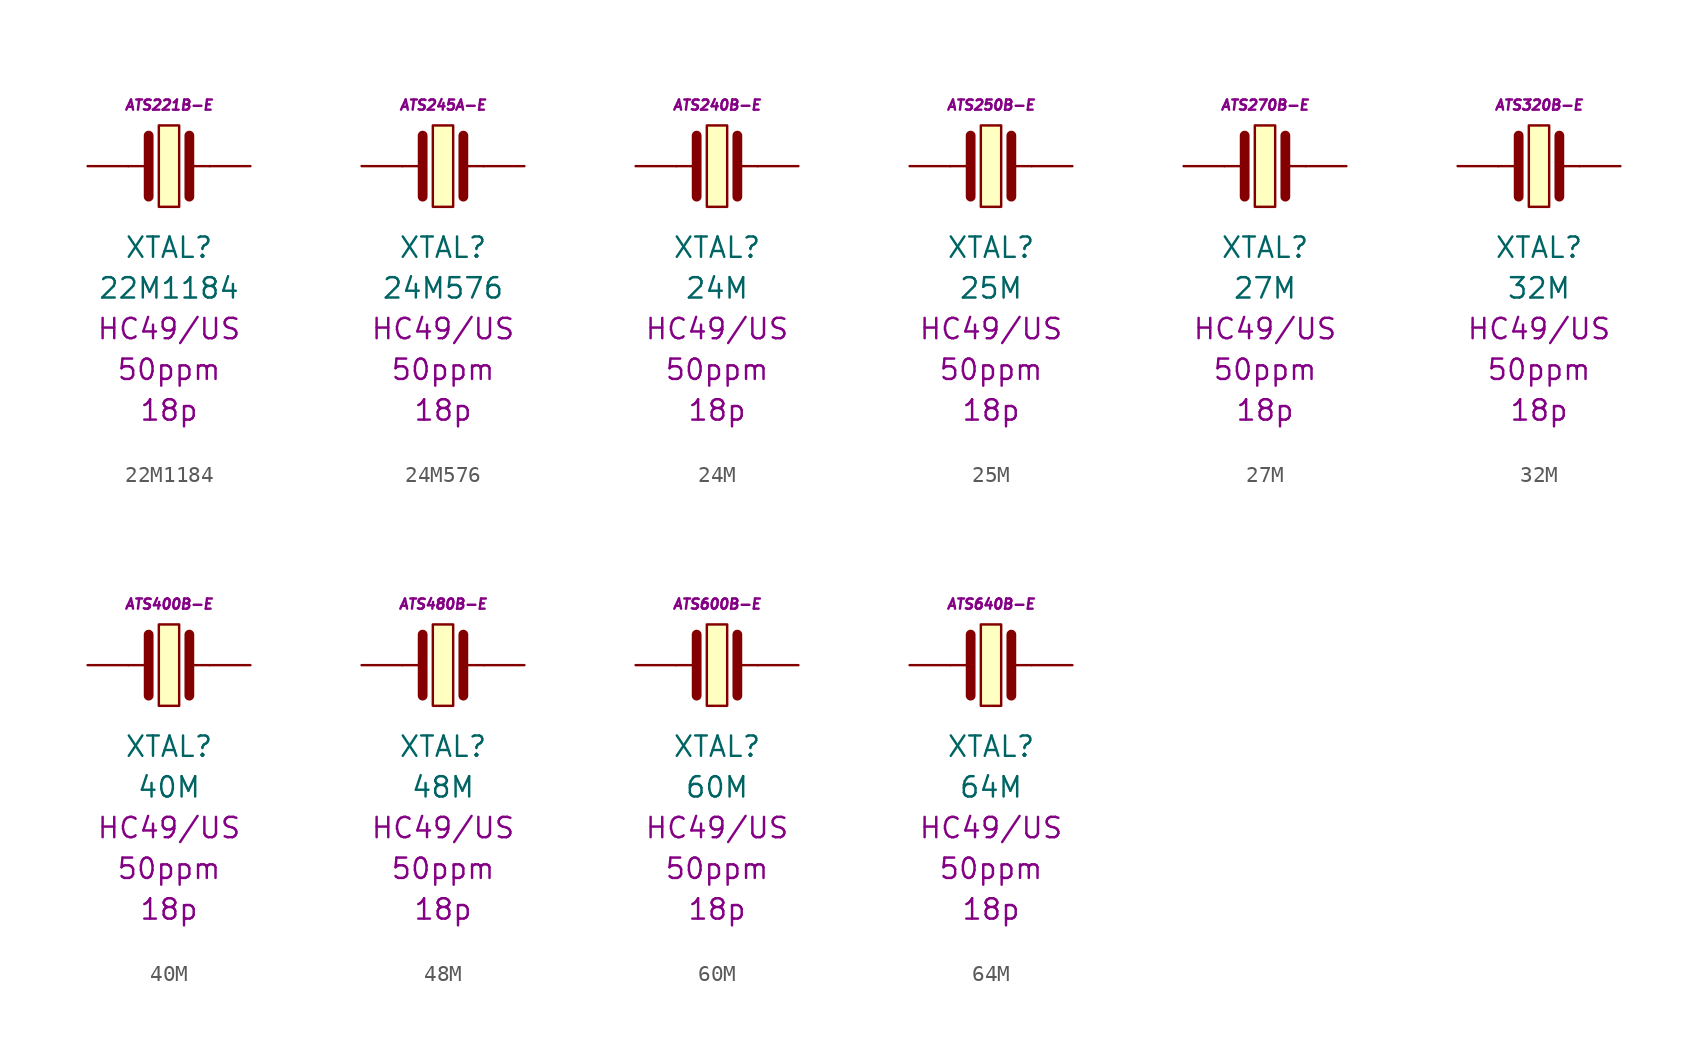
<source format=kicad_sym>
(kicad_symbol_lib
  (version 20201005)
  (generator kicad_symbol_editor)
  (symbol "22M1184"
    (pin_numbers hide)
    (pin_names
      (offset 1.016) hide)
    (property "Reference" "XTAL"
      (at 0 -5.08 0)
      (effects (font (size 1.27 1.27))))
    (property "Value" "22M1184"
      (at 0 -7.62 0)
      (effects (font (size 1.27 1.27))))
    (property "Package" "HC49/US"
      (at 0 -10.16 0)
      (effects (font (size 1.27 1.27))))
    (property "Tolerance" "50ppm"
      (at 0 -12.7 0)
      (effects (font (size 1.27 1.27))))
    (property "LoadCapacitance" "18p"
      (at 0 -15.24 0)
      (effects (font (size 1.27 1.27))))
    (property "MPN" "ATS221B-E"
      (at 0 3.81 0)
      (effects (font (size 0.635 0.635) italic)))
    (symbol "22M1184_0_1"
      (rectangle (start -0.635 2.54) (end 0.635 -2.54) (stroke (width 0.152)) (fill (type background)))
      (polyline (pts (xy -2.54 0) (xy -1.27 0)) (stroke (width 0.152)) (fill (type none)))
      (polyline (pts (xy -1.27 1.905) (xy -1.27 -1.905)) (stroke (width 0.61)) (fill (type none)))
      (polyline (pts (xy 1.27 0) (xy 2.54 0)) (stroke (width 0.152)) (fill (type none)))
      (polyline (pts (xy 1.27 1.905) (xy 1.27 -1.905)) (stroke (width 0.61)) (fill (type none))))
    (symbol "22M1184_1_1"
      (pin passive line (at -5.08 0 0) (length 2.54) (name "~" (effects (font (size 1.778 1.778)))) (number "1" (effects (font (size 1.778 1.778)))))
      (pin passive line (at 5.08 0 180) (length 2.54) (name "~" (effects (font (size 1.778 1.778)))) (number "2" (effects (font (size 1.778 1.778)))))))
  (symbol "24M576"
    (pin_numbers hide)
    (pin_names
      (offset 1.016) hide)
    (property "Reference" "XTAL"
      (at 0 -5.08 0)
      (effects (font (size 1.27 1.27))))
    (property "Value" "24M576"
      (at 0 -7.62 0)
      (effects (font (size 1.27 1.27))))
    (property "Package" "HC49/US"
      (at 0 -10.16 0)
      (effects (font (size 1.27 1.27))))
    (property "Tolerance" "50ppm"
      (at 0 -12.7 0)
      (effects (font (size 1.27 1.27))))
    (property "LoadCapacitance" "18p"
      (at 0 -15.24 0)
      (effects (font (size 1.27 1.27))))
    (property "MPN" "ATS245A-E"
      (at 0 3.81 0)
      (effects (font (size 0.635 0.635) italic)))
    (symbol "24M576_0_1"
      (rectangle (start -0.635 2.54) (end 0.635 -2.54) (stroke (width 0.152)) (fill (type background)))
      (polyline (pts (xy -2.54 0) (xy -1.27 0)) (stroke (width 0.152)) (fill (type none)))
      (polyline (pts (xy -1.27 1.905) (xy -1.27 -1.905)) (stroke (width 0.61)) (fill (type none)))
      (polyline (pts (xy 1.27 0) (xy 2.54 0)) (stroke (width 0.152)) (fill (type none)))
      (polyline (pts (xy 1.27 1.905) (xy 1.27 -1.905)) (stroke (width 0.61)) (fill (type none))))
    (symbol "24M576_1_1"
      (pin passive line (at -5.08 0 0) (length 2.54) (name "~" (effects (font (size 1.778 1.778)))) (number "1" (effects (font (size 1.778 1.778)))))
      (pin passive line (at 5.08 0 180) (length 2.54) (name "~" (effects (font (size 1.778 1.778)))) (number "2" (effects (font (size 1.778 1.778)))))))
  (symbol "24M"
    (pin_numbers hide)
    (pin_names
      (offset 1.016) hide)
    (property "Reference" "XTAL"
      (at 0 -5.08 0)
      (effects (font (size 1.27 1.27))))
    (property "Value" "24M"
      (at 0 -7.62 0)
      (effects (font (size 1.27 1.27))))
    (property "Package" "HC49/US"
      (at 0 -10.16 0)
      (effects (font (size 1.27 1.27))))
    (property "Tolerance" "50ppm"
      (at 0 -12.7 0)
      (effects (font (size 1.27 1.27))))
    (property "LoadCapacitance" "18p"
      (at 0 -15.24 0)
      (effects (font (size 1.27 1.27))))
    (property "MPN" "ATS240B-E"
      (at 0 3.81 0)
      (effects (font (size 0.635 0.635) italic)))
    (symbol "24M_0_1"
      (rectangle (start -0.635 2.54) (end 0.635 -2.54) (stroke (width 0.152)) (fill (type background)))
      (polyline (pts (xy -2.54 0) (xy -1.27 0)) (stroke (width 0.152)) (fill (type none)))
      (polyline (pts (xy -1.27 1.905) (xy -1.27 -1.905)) (stroke (width 0.61)) (fill (type none)))
      (polyline (pts (xy 1.27 0) (xy 2.54 0)) (stroke (width 0.152)) (fill (type none)))
      (polyline (pts (xy 1.27 1.905) (xy 1.27 -1.905)) (stroke (width 0.61)) (fill (type none))))
    (symbol "24M_1_1"
      (pin passive line (at -5.08 0 0) (length 2.54) (name "~" (effects (font (size 1.778 1.778)))) (number "1" (effects (font (size 1.778 1.778)))))
      (pin passive line (at 5.08 0 180) (length 2.54) (name "~" (effects (font (size 1.778 1.778)))) (number "2" (effects (font (size 1.778 1.778)))))))
  (symbol "25M"
    (pin_numbers hide)
    (pin_names
      (offset 1.016) hide)
    (property "Reference" "XTAL"
      (at 0 -5.08 0)
      (effects (font (size 1.27 1.27))))
    (property "Value" "25M"
      (at 0 -7.62 0)
      (effects (font (size 1.27 1.27))))
    (property "Package" "HC49/US"
      (at 0 -10.16 0)
      (effects (font (size 1.27 1.27))))
    (property "Tolerance" "50ppm"
      (at 0 -12.7 0)
      (effects (font (size 1.27 1.27))))
    (property "LoadCapacitance" "18p"
      (at 0 -15.24 0)
      (effects (font (size 1.27 1.27))))
    (property "MPN" "ATS250B-E"
      (at 0 3.81 0)
      (effects (font (size 0.635 0.635) italic)))
    (symbol "25M_0_1"
      (rectangle (start -0.635 2.54) (end 0.635 -2.54) (stroke (width 0.152)) (fill (type background)))
      (polyline (pts (xy -2.54 0) (xy -1.27 0)) (stroke (width 0.152)) (fill (type none)))
      (polyline (pts (xy -1.27 1.905) (xy -1.27 -1.905)) (stroke (width 0.61)) (fill (type none)))
      (polyline (pts (xy 1.27 0) (xy 2.54 0)) (stroke (width 0.152)) (fill (type none)))
      (polyline (pts (xy 1.27 1.905) (xy 1.27 -1.905)) (stroke (width 0.61)) (fill (type none))))
    (symbol "25M_1_1"
      (pin passive line (at -5.08 0 0) (length 2.54) (name "~" (effects (font (size 1.778 1.778)))) (number "1" (effects (font (size 1.778 1.778)))))
      (pin passive line (at 5.08 0 180) (length 2.54) (name "~" (effects (font (size 1.778 1.778)))) (number "2" (effects (font (size 1.778 1.778)))))))
  (symbol "27M"
    (pin_numbers hide)
    (pin_names
      (offset 1.016) hide)
    (property "Reference" "XTAL"
      (at 0 -5.08 0)
      (effects (font (size 1.27 1.27))))
    (property "Value" "27M"
      (at 0 -7.62 0)
      (effects (font (size 1.27 1.27))))
    (property "Package" "HC49/US"
      (at 0 -10.16 0)
      (effects (font (size 1.27 1.27))))
    (property "Tolerance" "50ppm"
      (at 0 -12.7 0)
      (effects (font (size 1.27 1.27))))
    (property "LoadCapacitance" "18p"
      (at 0 -15.24 0)
      (effects (font (size 1.27 1.27))))
    (property "MPN" "ATS270B-E"
      (at 0 3.81 0)
      (effects (font (size 0.635 0.635) italic)))
    (symbol "27M_0_1"
      (rectangle (start -0.635 2.54) (end 0.635 -2.54) (stroke (width 0.152)) (fill (type background)))
      (polyline (pts (xy -2.54 0) (xy -1.27 0)) (stroke (width 0.152)) (fill (type none)))
      (polyline (pts (xy -1.27 1.905) (xy -1.27 -1.905)) (stroke (width 0.61)) (fill (type none)))
      (polyline (pts (xy 1.27 0) (xy 2.54 0)) (stroke (width 0.152)) (fill (type none)))
      (polyline (pts (xy 1.27 1.905) (xy 1.27 -1.905)) (stroke (width 0.61)) (fill (type none))))
    (symbol "27M_1_1"
      (pin passive line (at -5.08 0 0) (length 2.54) (name "~" (effects (font (size 1.778 1.778)))) (number "1" (effects (font (size 1.778 1.778)))))
      (pin passive line (at 5.08 0 180) (length 2.54) (name "~" (effects (font (size 1.778 1.778)))) (number "2" (effects (font (size 1.778 1.778)))))))
  (symbol "32M"
    (pin_numbers hide)
    (pin_names
      (offset 1.016) hide)
    (property "Reference" "XTAL"
      (at 0 -5.08 0)
      (effects (font (size 1.27 1.27))))
    (property "Value" "32M"
      (at 0 -7.62 0)
      (effects (font (size 1.27 1.27))))
    (property "Package" "HC49/US"
      (at 0 -10.16 0)
      (effects (font (size 1.27 1.27))))
    (property "Tolerance" "50ppm"
      (at 0 -12.7 0)
      (effects (font (size 1.27 1.27))))
    (property "LoadCapacitance" "18p"
      (at 0 -15.24 0)
      (effects (font (size 1.27 1.27))))
    (property "MPN" "ATS320B-E"
      (at 0 3.81 0)
      (effects (font (size 0.635 0.635) italic)))
    (symbol "32M_0_1"
      (rectangle (start -0.635 2.54) (end 0.635 -2.54) (stroke (width 0.152)) (fill (type background)))
      (polyline (pts (xy -2.54 0) (xy -1.27 0)) (stroke (width 0.152)) (fill (type none)))
      (polyline (pts (xy -1.27 1.905) (xy -1.27 -1.905)) (stroke (width 0.61)) (fill (type none)))
      (polyline (pts (xy 1.27 0) (xy 2.54 0)) (stroke (width 0.152)) (fill (type none)))
      (polyline (pts (xy 1.27 1.905) (xy 1.27 -1.905)) (stroke (width 0.61)) (fill (type none))))
    (symbol "32M_1_1"
      (pin passive line (at -5.08 0 0) (length 2.54) (name "~" (effects (font (size 1.778 1.778)))) (number "1" (effects (font (size 1.778 1.778)))))
      (pin passive line (at 5.08 0 180) (length 2.54) (name "~" (effects (font (size 1.778 1.778)))) (number "2" (effects (font (size 1.778 1.778)))))))
  (symbol "40M"
    (pin_numbers hide)
    (pin_names
      (offset 1.016) hide)
    (property "Reference" "XTAL"
      (at 0 -5.08 0)
      (effects (font (size 1.27 1.27))))
    (property "Value" "40M"
      (at 0 -7.62 0)
      (effects (font (size 1.27 1.27))))
    (property "Package" "HC49/US"
      (at 0 -10.16 0)
      (effects (font (size 1.27 1.27))))
    (property "Tolerance" "50ppm"
      (at 0 -12.7 0)
      (effects (font (size 1.27 1.27))))
    (property "LoadCapacitance" "18p"
      (at 0 -15.24 0)
      (effects (font (size 1.27 1.27))))
    (property "MPN" "ATS400B-E"
      (at 0 3.81 0)
      (effects (font (size 0.635 0.635) italic)))
    (symbol "40M_0_1"
      (rectangle (start -0.635 2.54) (end 0.635 -2.54) (stroke (width 0.152)) (fill (type background)))
      (polyline (pts (xy -2.54 0) (xy -1.27 0)) (stroke (width 0.152)) (fill (type none)))
      (polyline (pts (xy -1.27 1.905) (xy -1.27 -1.905)) (stroke (width 0.61)) (fill (type none)))
      (polyline (pts (xy 1.27 0) (xy 2.54 0)) (stroke (width 0.152)) (fill (type none)))
      (polyline (pts (xy 1.27 1.905) (xy 1.27 -1.905)) (stroke (width 0.61)) (fill (type none))))
    (symbol "40M_1_1"
      (pin passive line (at -5.08 0 0) (length 2.54) (name "~" (effects (font (size 1.778 1.778)))) (number "1" (effects (font (size 1.778 1.778)))))
      (pin passive line (at 5.08 0 180) (length 2.54) (name "~" (effects (font (size 1.778 1.778)))) (number "2" (effects (font (size 1.778 1.778)))))))
  (symbol "48M"
    (pin_numbers hide)
    (pin_names
      (offset 1.016) hide)
    (property "Reference" "XTAL"
      (at 0 -5.08 0)
      (effects (font (size 1.27 1.27))))
    (property "Value" "48M"
      (at 0 -7.62 0)
      (effects (font (size 1.27 1.27))))
    (property "Package" "HC49/US"
      (at 0 -10.16 0)
      (effects (font (size 1.27 1.27))))
    (property "Tolerance" "50ppm"
      (at 0 -12.7 0)
      (effects (font (size 1.27 1.27))))
    (property "LoadCapacitance" "18p"
      (at 0 -15.24 0)
      (effects (font (size 1.27 1.27))))
    (property "MPN" "ATS480B-E"
      (at 0 3.81 0)
      (effects (font (size 0.635 0.635) italic)))
    (symbol "48M_0_1"
      (rectangle (start -0.635 2.54) (end 0.635 -2.54) (stroke (width 0.152)) (fill (type background)))
      (polyline (pts (xy -2.54 0) (xy -1.27 0)) (stroke (width 0.152)) (fill (type none)))
      (polyline (pts (xy -1.27 1.905) (xy -1.27 -1.905)) (stroke (width 0.61)) (fill (type none)))
      (polyline (pts (xy 1.27 0) (xy 2.54 0)) (stroke (width 0.152)) (fill (type none)))
      (polyline (pts (xy 1.27 1.905) (xy 1.27 -1.905)) (stroke (width 0.61)) (fill (type none))))
    (symbol "48M_1_1"
      (pin passive line (at -5.08 0 0) (length 2.54) (name "~" (effects (font (size 1.778 1.778)))) (number "1" (effects (font (size 1.778 1.778)))))
      (pin passive line (at 5.08 0 180) (length 2.54) (name "~" (effects (font (size 1.778 1.778)))) (number "2" (effects (font (size 1.778 1.778)))))))
  (symbol "60M"
    (pin_numbers hide)
    (pin_names
      (offset 1.016) hide)
    (property "Reference" "XTAL"
      (at 0 -5.08 0)
      (effects (font (size 1.27 1.27))))
    (property "Value" "60M"
      (at 0 -7.62 0)
      (effects (font (size 1.27 1.27))))
    (property "Package" "HC49/US"
      (at 0 -10.16 0)
      (effects (font (size 1.27 1.27))))
    (property "Tolerance" "50ppm"
      (at 0 -12.7 0)
      (effects (font (size 1.27 1.27))))
    (property "LoadCapacitance" "18p"
      (at 0 -15.24 0)
      (effects (font (size 1.27 1.27))))
    (property "MPN" "ATS600B-E"
      (at 0 3.81 0)
      (effects (font (size 0.635 0.635) italic)))
    (symbol "60M_0_1"
      (rectangle (start -0.635 2.54) (end 0.635 -2.54) (stroke (width 0.152)) (fill (type background)))
      (polyline (pts (xy -2.54 0) (xy -1.27 0)) (stroke (width 0.152)) (fill (type none)))
      (polyline (pts (xy -1.27 1.905) (xy -1.27 -1.905)) (stroke (width 0.61)) (fill (type none)))
      (polyline (pts (xy 1.27 0) (xy 2.54 0)) (stroke (width 0.152)) (fill (type none)))
      (polyline (pts (xy 1.27 1.905) (xy 1.27 -1.905)) (stroke (width 0.61)) (fill (type none))))
    (symbol "60M_1_1"
      (pin passive line (at -5.08 0 0) (length 2.54) (name "~" (effects (font (size 1.778 1.778)))) (number "1" (effects (font (size 1.778 1.778)))))
      (pin passive line (at 5.08 0 180) (length 2.54) (name "~" (effects (font (size 1.778 1.778)))) (number "2" (effects (font (size 1.778 1.778)))))))
  (symbol "64M"
    (pin_numbers hide)
    (pin_names
      (offset 1.016) hide)
    (property "Reference" "XTAL"
      (at 0 -5.08 0)
      (effects (font (size 1.27 1.27))))
    (property "Value" "64M"
      (at 0 -7.62 0)
      (effects (font (size 1.27 1.27))))
    (property "Package" "HC49/US"
      (at 0 -10.16 0)
      (effects (font (size 1.27 1.27))))
    (property "Tolerance" "50ppm"
      (at 0 -12.7 0)
      (effects (font (size 1.27 1.27))))
    (property "LoadCapacitance" "18p"
      (at 0 -15.24 0)
      (effects (font (size 1.27 1.27))))
    (property "MPN" "ATS640B-E"
      (at 0 3.81 0)
      (effects (font (size 0.635 0.635) italic)))
    (symbol "64M_0_1"
      (rectangle (start -0.635 2.54) (end 0.635 -2.54) (stroke (width 0.152)) (fill (type background)))
      (polyline (pts (xy -2.54 0) (xy -1.27 0)) (stroke (width 0.152)) (fill (type none)))
      (polyline (pts (xy -1.27 1.905) (xy -1.27 -1.905)) (stroke (width 0.61)) (fill (type none)))
      (polyline (pts (xy 1.27 0) (xy 2.54 0)) (stroke (width 0.152)) (fill (type none)))
      (polyline (pts (xy 1.27 1.905) (xy 1.27 -1.905)) (stroke (width 0.61)) (fill (type none))))
    (symbol "64M_1_1"
      (pin passive line (at -5.08 0 0) (length 2.54) (name "~" (effects (font (size 1.778 1.778)))) (number "1" (effects (font (size 1.778 1.778)))))
      (pin passive line (at 5.08 0 180) (length 2.54) (name "~" (effects (font (size 1.778 1.778)))) (number "2" (effects (font (size 1.778 1.778))))))))
</source>
